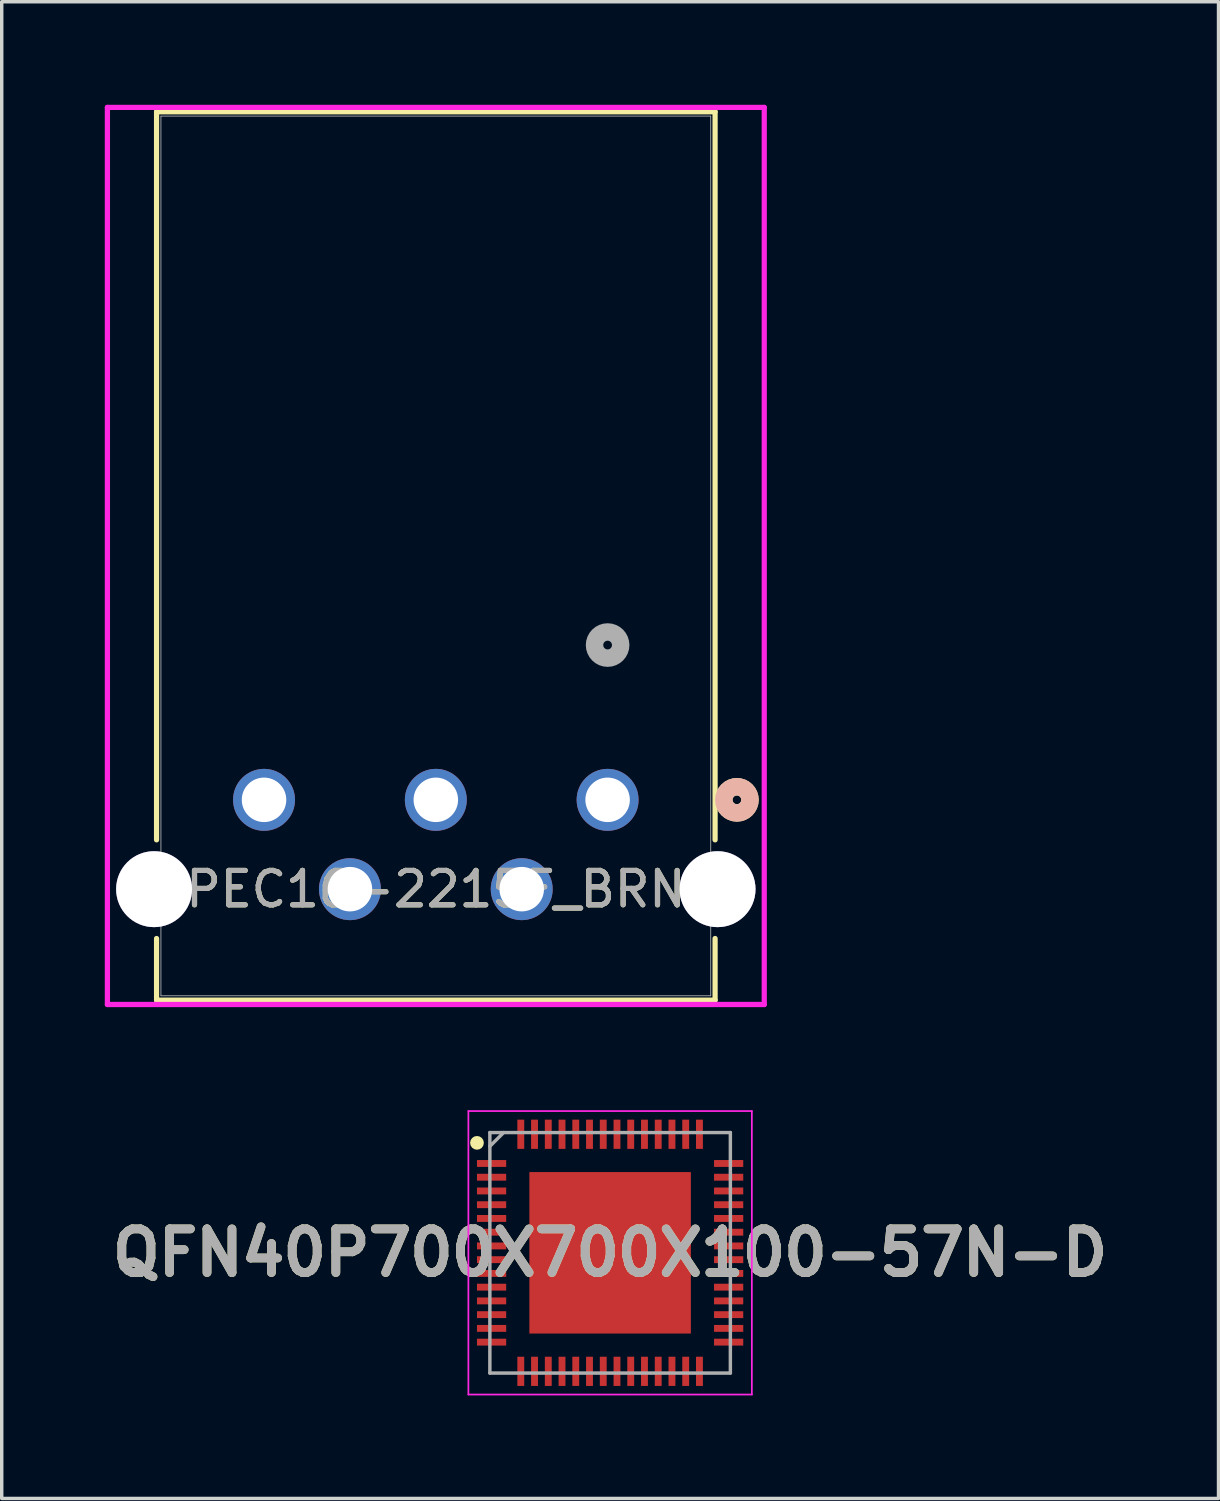
<source format=kicad_pcb>
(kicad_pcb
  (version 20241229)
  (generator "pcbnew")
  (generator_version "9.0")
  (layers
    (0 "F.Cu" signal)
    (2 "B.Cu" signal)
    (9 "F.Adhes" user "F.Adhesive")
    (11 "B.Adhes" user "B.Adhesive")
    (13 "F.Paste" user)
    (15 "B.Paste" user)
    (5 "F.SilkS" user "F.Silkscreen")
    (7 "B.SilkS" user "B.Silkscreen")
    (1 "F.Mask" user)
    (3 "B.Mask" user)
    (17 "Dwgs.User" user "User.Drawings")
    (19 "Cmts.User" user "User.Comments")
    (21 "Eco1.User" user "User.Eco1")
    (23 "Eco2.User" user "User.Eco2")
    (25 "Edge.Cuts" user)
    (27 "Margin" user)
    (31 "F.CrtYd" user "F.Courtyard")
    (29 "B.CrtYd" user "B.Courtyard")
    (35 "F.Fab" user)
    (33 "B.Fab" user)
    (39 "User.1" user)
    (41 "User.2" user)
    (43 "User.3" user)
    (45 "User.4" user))
  (footprint "PEC16-2215F_BRN"
    (layer "F.Cu")
    (at 14.635 20.23)
    (property "Reference" "PEC16-2215F_BRN" (at -5 2.6 0) (unlocked yes) (layer "F.SilkS") (effects (font (size 1 1) (thickness 0.15))))
    (attr through_hole)
    (fp_line (start -13.128 -20.027) (end -13.128 1.164) (stroke (width 0.152) (type solid)) (layer "F.SilkS"))
    (fp_line (start -13.128 4.036) (end -13.128 5.83) (stroke (width 0.152) (type solid)) (layer "F.SilkS"))
    (fp_line (start -13.128 5.83) (end 3.128 5.83) (stroke (width 0.152) (type solid)) (layer "F.SilkS"))
    (fp_line (start 3.128 -20.027) (end -13.128 -20.027) (stroke (width 0.152) (type solid)) (layer "F.SilkS"))
    (fp_line (start 3.128 1.164) (end 3.128 -20.027) (stroke (width 0.152) (type solid)) (layer "F.SilkS"))
    (fp_line (start 3.128 5.83) (end 3.128 4.036) (stroke (width 0.152) (type solid)) (layer "F.SilkS"))
    (fp_circle (center 3.763 0) (end 4.144 0) (stroke (width 0.508) (type solid)) (fill no) (layer "F.SilkS"))
    (fp_circle (center 3.763 0) (end 4.144 0) (stroke (width 0.508) (type solid)) (fill no) (layer "B.SilkS"))
    (fp_line (start -14.559 -20.154) (end -14.559 5.957) (stroke (width 0.152) (type solid)) (layer "F.CrtYd"))
    (fp_line (start -14.559 5.957) (end 4.559 5.957) (stroke (width 0.152) (type solid)) (layer "F.CrtYd"))
    (fp_line (start 4.559 -20.154) (end -14.559 -20.154) (stroke (width 0.152) (type solid)) (layer "F.CrtYd"))
    (fp_line (start 4.559 5.957) (end 4.559 -20.154) (stroke (width 0.152) (type solid)) (layer "F.CrtYd"))
    (fp_line (start -13.001 -19.9) (end -13.001 5.703) (stroke (width 0.025) (type solid)) (layer "F.Fab"))
    (fp_line (start -13.001 5.703) (end 3.001 5.703) (stroke (width 0.025) (type solid)) (layer "F.Fab"))
    (fp_line (start 3.001 -19.9) (end -13.001 -19.9) (stroke (width 0.025) (type solid)) (layer "F.Fab"))
    (fp_line (start 3.001 5.703) (end 3.001 -19.9) (stroke (width 0.025) (type solid)) (layer "F.Fab"))
    (fp_circle (center 0 -4.505) (end 0.381 -4.505) (stroke (width 0.508) (type solid)) (fill no) (layer "F.Fab"))
    (fp_text user "${REFERENCE}" (at -5 2.6 0) (unlocked yes) (layer "F.Fab") (effects (font (size 1 1) (thickness 0.15))))
    (pad "6" thru_hole circle (at -13.2 2.6) (size 2.21 2.21) (drill 2.21) (layers "*.Cu" "*.Mask"))
    (pad "7" thru_hole circle (at 3.2 2.6) (size 2.21 2.21) (drill 2.21) (layers "*.Cu" "*.Mask"))
    (pad "A" thru_hole circle (at 0 0) (size 1.803 1.803) (drill 1.295) (layers "*.Cu" "*.Mask"))
    (pad "B" thru_hole circle (at -5 0) (size 1.803 1.803) (drill 1.295) (layers "*.Cu" "*.Mask"))
    (pad "C" thru_hole circle (at -10 0) (size 1.803 1.803) (drill 1.295) (layers "*.Cu" "*.Mask"))
    (pad "D" thru_hole circle (at -2.5 2.6) (size 1.803 1.803) (drill 1.295) (layers "*.Cu" "*.Mask"))
    (pad "E" thru_hole circle (at -7.5 2.6) (size 1.803 1.803) (drill 1.295) (layers "*.Cu" "*.Mask")))
  (footprint "QFN40P700X700X100-57N-D"
    (layer "F.Cu")
    (at 14.708 33.414)
    (property "Reference" "QFN40P700X700X100-57N-D" (at 0 0 0) (layer "F.SilkS") (effects (font (size 1.27 1.27) (thickness 0.254))))
    (attr smd)
    (fp_circle (center -3.875 -3.2) (end -3.875 -3.1) (stroke (width 0.2) (type solid)) (fill no) (layer "F.SilkS"))
    (fp_line (start -4.125 -4.125) (end 4.125 -4.125) (stroke (width 0.05) (type solid)) (layer "F.CrtYd"))
    (fp_line (start -4.125 4.125) (end -4.125 -4.125) (stroke (width 0.05) (type solid)) (layer "F.CrtYd"))
    (fp_line (start 4.125 -4.125) (end 4.125 4.125) (stroke (width 0.05) (type solid)) (layer "F.CrtYd"))
    (fp_line (start 4.125 4.125) (end -4.125 4.125) (stroke (width 0.05) (type solid)) (layer "F.CrtYd"))
    (fp_line (start -3.5 -3.5) (end 3.5 -3.5) (stroke (width 0.1) (type solid)) (layer "F.Fab"))
    (fp_line (start -3.5 -3.1) (end -3.1 -3.5) (stroke (width 0.1) (type solid)) (layer "F.Fab"))
    (fp_line (start -3.5 3.5) (end -3.5 -3.5) (stroke (width 0.1) (type solid)) (layer "F.Fab"))
    (fp_line (start 3.5 -3.5) (end 3.5 3.5) (stroke (width 0.1) (type solid)) (layer "F.Fab"))
    (fp_line (start 3.5 3.5) (end -3.5 3.5) (stroke (width 0.1) (type solid)) (layer "F.Fab"))
    (fp_text user "${REFERENCE}" (at 0 0 0) (layer "F.Fab") (effects (font (size 1.27 1.27) (thickness 0.254))))
    (pad "1" smd rect (at -3.45 -2.6 90) (size 0.2 0.85) (layers "F.Cu" "F.Mask" "F.Paste"))
    (pad "2" smd rect (at -3.45 -2.2 90) (size 0.2 0.85) (layers "F.Cu" "F.Mask" "F.Paste"))
    (pad "3" smd rect (at -3.45 -1.8 90) (size 0.2 0.85) (layers "F.Cu" "F.Mask" "F.Paste"))
    (pad "4" smd rect (at -3.45 -1.4 90) (size 0.2 0.85) (layers "F.Cu" "F.Mask" "F.Paste"))
    (pad "5" smd rect (at -3.45 -1 90) (size 0.2 0.85) (layers "F.Cu" "F.Mask" "F.Paste"))
    (pad "6" smd rect (at -3.45 -0.6 90) (size 0.2 0.85) (layers "F.Cu" "F.Mask" "F.Paste"))
    (pad "7" smd rect (at -3.45 -0.2 90) (size 0.2 0.85) (layers "F.Cu" "F.Mask" "F.Paste"))
    (pad "8" smd rect (at -3.45 0.2 90) (size 0.2 0.85) (layers "F.Cu" "F.Mask" "F.Paste"))
    (pad "9" smd rect (at -3.45 0.6 90) (size 0.2 0.85) (layers "F.Cu" "F.Mask" "F.Paste"))
    (pad "10" smd rect (at -3.45 1 90) (size 0.2 0.85) (layers "F.Cu" "F.Mask" "F.Paste"))
    (pad "11" smd rect (at -3.45 1.4 90) (size 0.2 0.85) (layers "F.Cu" "F.Mask" "F.Paste"))
    (pad "12" smd rect (at -3.45 1.8 90) (size 0.2 0.85) (layers "F.Cu" "F.Mask" "F.Paste"))
    (pad "13" smd rect (at -3.45 2.2 90) (size 0.2 0.85) (layers "F.Cu" "F.Mask" "F.Paste"))
    (pad "14" smd rect (at -3.45 2.6 90) (size 0.2 0.85) (layers "F.Cu" "F.Mask" "F.Paste"))
    (pad "15" smd rect (at -2.6 3.45) (size 0.2 0.85) (layers "F.Cu" "F.Mask" "F.Paste"))
    (pad "16" smd rect (at -2.2 3.45) (size 0.2 0.85) (layers "F.Cu" "F.Mask" "F.Paste"))
    (pad "17" smd rect (at -1.8 3.45) (size 0.2 0.85) (layers "F.Cu" "F.Mask" "F.Paste"))
    (pad "18" smd rect (at -1.4 3.45) (size 0.2 0.85) (layers "F.Cu" "F.Mask" "F.Paste"))
    (pad "19" smd rect (at -1 3.45) (size 0.2 0.85) (layers "F.Cu" "F.Mask" "F.Paste"))
    (pad "20" smd rect (at -0.6 3.45) (size 0.2 0.85) (layers "F.Cu" "F.Mask" "F.Paste"))
    (pad "21" smd rect (at -0.2 3.45) (size 0.2 0.85) (layers "F.Cu" "F.Mask" "F.Paste"))
    (pad "22" smd rect (at 0.2 3.45) (size 0.2 0.85) (layers "F.Cu" "F.Mask" "F.Paste"))
    (pad "23" smd rect (at 0.6 3.45) (size 0.2 0.85) (layers "F.Cu" "F.Mask" "F.Paste"))
    (pad "24" smd rect (at 1 3.45) (size 0.2 0.85) (layers "F.Cu" "F.Mask" "F.Paste"))
    (pad "25" smd rect (at 1.4 3.45) (size 0.2 0.85) (layers "F.Cu" "F.Mask" "F.Paste"))
    (pad "26" smd rect (at 1.8 3.45) (size 0.2 0.85) (layers "F.Cu" "F.Mask" "F.Paste"))
    (pad "27" smd rect (at 2.2 3.45) (size 0.2 0.85) (layers "F.Cu" "F.Mask" "F.Paste"))
    (pad "28" smd rect (at 2.6 3.45) (size 0.2 0.85) (layers "F.Cu" "F.Mask" "F.Paste"))
    (pad "29" smd rect (at 3.45 2.6 90) (size 0.2 0.85) (layers "F.Cu" "F.Mask" "F.Paste"))
    (pad "30" smd rect (at 3.45 2.2 90) (size 0.2 0.85) (layers "F.Cu" "F.Mask" "F.Paste"))
    (pad "31" smd rect (at 3.45 1.8 90) (size 0.2 0.85) (layers "F.Cu" "F.Mask" "F.Paste"))
    (pad "32" smd rect (at 3.45 1.4 90) (size 0.2 0.85) (layers "F.Cu" "F.Mask" "F.Paste"))
    (pad "33" smd rect (at 3.45 1 90) (size 0.2 0.85) (layers "F.Cu" "F.Mask" "F.Paste"))
    (pad "34" smd rect (at 3.45 0.6 90) (size 0.2 0.85) (layers "F.Cu" "F.Mask" "F.Paste"))
    (pad "35" smd rect (at 3.45 0.2 90) (size 0.2 0.85) (layers "F.Cu" "F.Mask" "F.Paste"))
    (pad "36" smd rect (at 3.45 -0.2 90) (size 0.2 0.85) (layers "F.Cu" "F.Mask" "F.Paste"))
    (pad "37" smd rect (at 3.45 -0.6 90) (size 0.2 0.85) (layers "F.Cu" "F.Mask" "F.Paste"))
    (pad "38" smd rect (at 3.45 -1 90) (size 0.2 0.85) (layers "F.Cu" "F.Mask" "F.Paste"))
    (pad "39" smd rect (at 3.45 -1.4 90) (size 0.2 0.85) (layers "F.Cu" "F.Mask" "F.Paste"))
    (pad "40" smd rect (at 3.45 -1.8 90) (size 0.2 0.85) (layers "F.Cu" "F.Mask" "F.Paste"))
    (pad "41" smd rect (at 3.45 -2.2 90) (size 0.2 0.85) (layers "F.Cu" "F.Mask" "F.Paste"))
    (pad "42" smd rect (at 3.45 -2.6 90) (size 0.2 0.85) (layers "F.Cu" "F.Mask" "F.Paste"))
    (pad "43" smd rect (at 2.6 -3.45) (size 0.2 0.85) (layers "F.Cu" "F.Mask" "F.Paste"))
    (pad "44" smd rect (at 2.2 -3.45) (size 0.2 0.85) (layers "F.Cu" "F.Mask" "F.Paste"))
    (pad "45" smd rect (at 1.8 -3.45) (size 0.2 0.85) (layers "F.Cu" "F.Mask" "F.Paste"))
    (pad "46" smd rect (at 1.4 -3.45) (size 0.2 0.85) (layers "F.Cu" "F.Mask" "F.Paste"))
    (pad "47" smd rect (at 1 -3.45) (size 0.2 0.85) (layers "F.Cu" "F.Mask" "F.Paste"))
    (pad "48" smd rect (at 0.6 -3.45) (size 0.2 0.85) (layers "F.Cu" "F.Mask" "F.Paste"))
    (pad "49" smd rect (at 0.2 -3.45) (size 0.2 0.85) (layers "F.Cu" "F.Mask" "F.Paste"))
    (pad "50" smd rect (at -0.2 -3.45) (size 0.2 0.85) (layers "F.Cu" "F.Mask" "F.Paste"))
    (pad "51" smd rect (at -0.6 -3.45) (size 0.2 0.85) (layers "F.Cu" "F.Mask" "F.Paste"))
    (pad "52" smd rect (at -1 -3.45) (size 0.2 0.85) (layers "F.Cu" "F.Mask" "F.Paste"))
    (pad "53" smd rect (at -1.4 -3.45) (size 0.2 0.85) (layers "F.Cu" "F.Mask" "F.Paste"))
    (pad "54" smd rect (at -1.8 -3.45) (size 0.2 0.85) (layers "F.Cu" "F.Mask" "F.Paste"))
    (pad "55" smd rect (at -2.2 -3.45) (size 0.2 0.85) (layers "F.Cu" "F.Mask" "F.Paste"))
    (pad "56" smd rect (at -2.6 -3.45) (size 0.2 0.85) (layers "F.Cu" "F.Mask" "F.Paste"))
    (pad "57" smd rect (at 0 0) (size 4.7 4.7) (layers "F.Cu" "F.Mask" "F.Paste")))
  (gr_rect
    (start -3 -3)
    (end 32.416 40.564)
    (stroke (width 0.1) (type default))
    (fill no)
    (layer "Edge.Cuts")))
</source>
